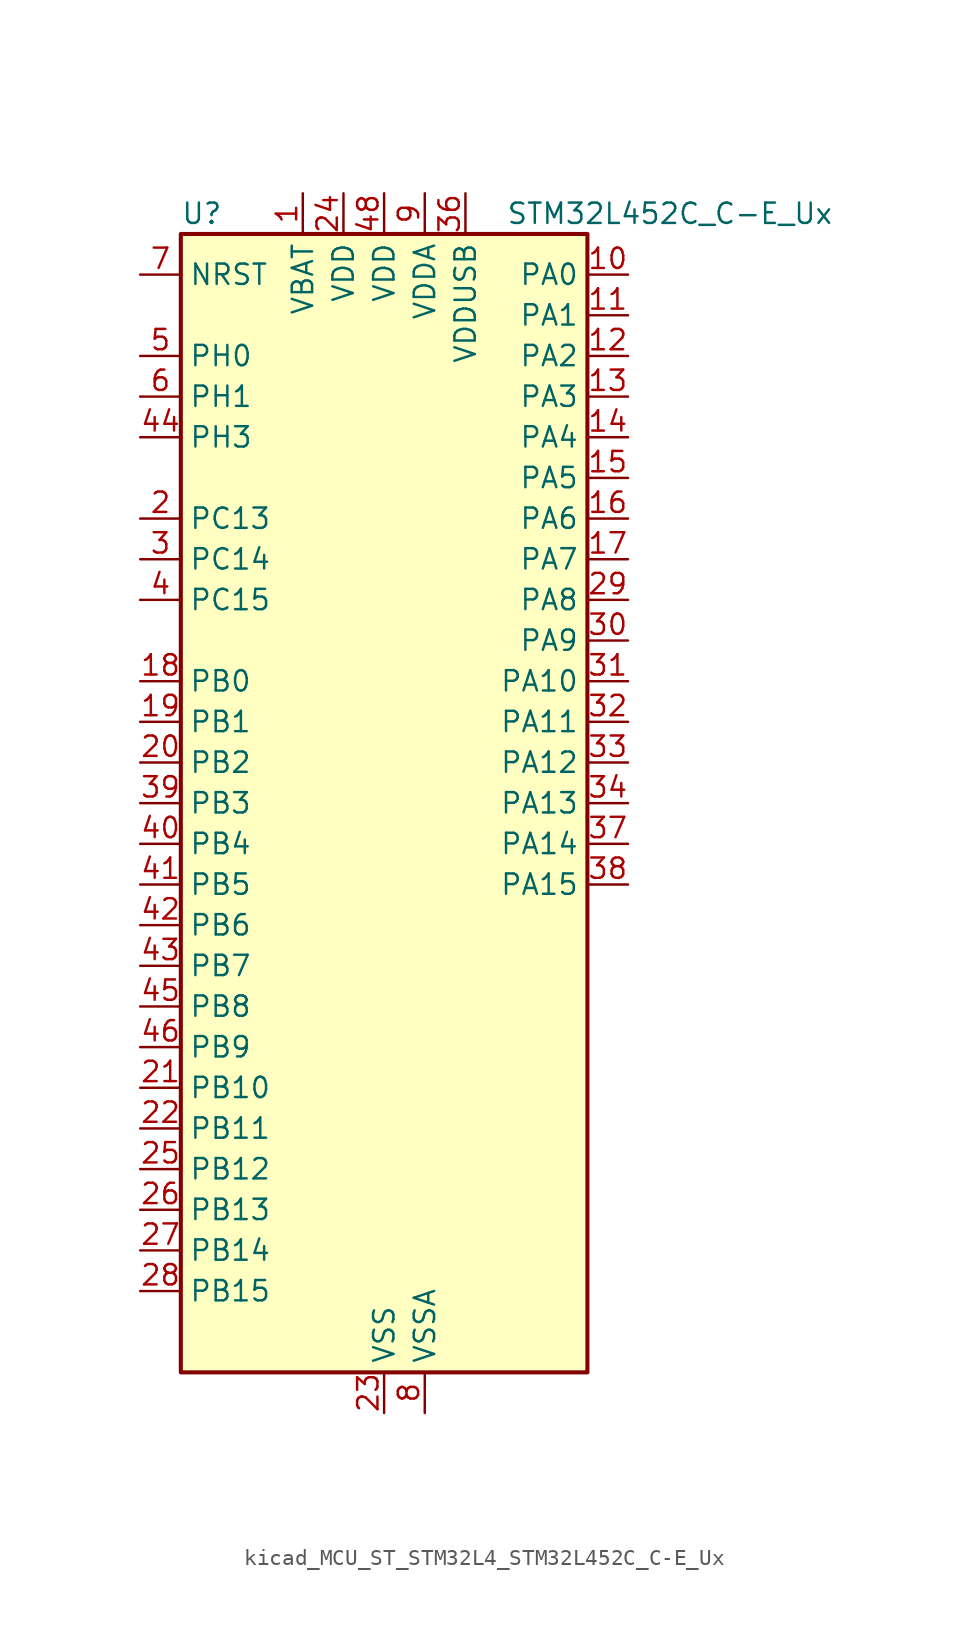
<source format=kicad_sym>
(kicad_symbol_lib
  (version 20220914)
  (generator kicad_symbol_editor)
  (symbol "kicad_MCU_ST_STM32L4_STM32L452C_C-E_Ux"
    (property "Reference" "U"
      (at -12.7 36.83 0)
      (effects (font (size 1.27 1.27)) (justify left)))
    (property "Value" "STM32L452C_C-E_Ux"
      (at 7.62 36.83 0)
      (effects (font (size 1.27 1.27)) (justify left)))
    (property "ki_locked" ""
      (at 0 0 0)
      (effects (font (size 1.27 1.27))))
    (symbol "kicad_MCU_ST_STM32L4_STM32L452C_C-E_Ux_0_1"
      (rectangle (start -12.7 -35.56) (end 12.7 35.56) (stroke (width 0.254) (type default)) (fill (type background))))
    (symbol "kicad_MCU_ST_STM32L4_STM32L452C_C-E_Ux_1_1"
      (pin power_in line (at -5.08 38.1 270) (length 2.54) (name "VBAT" (effects (font (size 1.27 1.27)))) (number "1" (effects (font (size 1.27 1.27)))))
      (pin bidirectional line (at 15.24 33.02 180) (length 2.54) (name "PA0" (effects (font (size 1.27 1.27)))) (number "10" (effects (font (size 1.27 1.27)))) (alternate "ADC1_IN5" bidirectional line) (alternate "COMP1_INM" bidirectional line) (alternate "COMP1_OUT" bidirectional line) (alternate "OPAMP1_VINP" bidirectional line) (alternate "RTC_TAMP2" bidirectional line) (alternate "SAI1_EXTCLK" bidirectional line) (alternate "SYS_WKUP1" bidirectional line) (alternate "TIM2_CH1" bidirectional line) (alternate "TIM2_ETR" bidirectional line) (alternate "UART4_TX" bidirectional line) (alternate "USART2_CTS" bidirectional line))
      (pin bidirectional line (at 15.24 30.48 180) (length 2.54) (name "PA1" (effects (font (size 1.27 1.27)))) (number "11" (effects (font (size 1.27 1.27)))) (alternate "ADC1_IN6" bidirectional line) (alternate "COMP1_INP" bidirectional line) (alternate "I2C1_SMBA" bidirectional line) (alternate "OPAMP1_VINM" bidirectional line) (alternate "SPI1_SCK" bidirectional line) (alternate "TIM15_CH1N" bidirectional line) (alternate "TIM2_CH2" bidirectional line) (alternate "UART4_RX" bidirectional line) (alternate "USART2_DE" bidirectional line) (alternate "USART2_RTS" bidirectional line))
      (pin bidirectional line (at 15.24 27.94 180) (length 2.54) (name "PA2" (effects (font (size 1.27 1.27)))) (number "12" (effects (font (size 1.27 1.27)))) (alternate "ADC1_IN7" bidirectional line) (alternate "COMP2_INM" bidirectional line) (alternate "COMP2_OUT" bidirectional line) (alternate "LPUART1_TX" bidirectional line) (alternate "QUADSPI_BK1_NCS" bidirectional line) (alternate "RCC_LSCO" bidirectional line) (alternate "SYS_WKUP4" bidirectional line) (alternate "TIM15_CH1" bidirectional line) (alternate "TIM2_CH3" bidirectional line) (alternate "USART2_TX" bidirectional line))
      (pin bidirectional line (at 15.24 25.4 180) (length 2.54) (name "PA3" (effects (font (size 1.27 1.27)))) (number "13" (effects (font (size 1.27 1.27)))) (alternate "ADC1_IN8" bidirectional line) (alternate "COMP2_INP" bidirectional line) (alternate "LPUART1_RX" bidirectional line) (alternate "OPAMP1_VOUT" bidirectional line) (alternate "QUADSPI_CLK" bidirectional line) (alternate "SAI1_MCLK_A" bidirectional line) (alternate "TIM15_CH2" bidirectional line) (alternate "TIM2_CH4" bidirectional line) (alternate "USART2_RX" bidirectional line))
      (pin bidirectional line (at 15.24 22.86 180) (length 2.54) (name "PA4" (effects (font (size 1.27 1.27)))) (number "14" (effects (font (size 1.27 1.27)))) (alternate "ADC1_IN9" bidirectional line) (alternate "COMP1_INM" bidirectional line) (alternate "COMP2_INM" bidirectional line) (alternate "DAC1_OUT1" bidirectional line) (alternate "LPTIM2_OUT" bidirectional line) (alternate "SAI1_FS_B" bidirectional line) (alternate "SPI1_NSS" bidirectional line) (alternate "SPI3_NSS" bidirectional line) (alternate "USART2_CK" bidirectional line))
      (pin bidirectional line (at 15.24 20.32 180) (length 2.54) (name "PA5" (effects (font (size 1.27 1.27)))) (number "15" (effects (font (size 1.27 1.27)))) (alternate "ADC1_IN10" bidirectional line) (alternate "COMP1_INM" bidirectional line) (alternate "COMP2_INM" bidirectional line) (alternate "DFSDM1_CKOUT" bidirectional line) (alternate "LPTIM2_ETR" bidirectional line) (alternate "SPI1_SCK" bidirectional line) (alternate "TIM2_CH1" bidirectional line) (alternate "TIM2_ETR" bidirectional line))
      (pin bidirectional line (at 15.24 17.78 180) (length 2.54) (name "PA6" (effects (font (size 1.27 1.27)))) (number "16" (effects (font (size 1.27 1.27)))) (alternate "ADC1_IN11" bidirectional line) (alternate "COMP1_OUT" bidirectional line) (alternate "LPUART1_CTS" bidirectional line) (alternate "QUADSPI_BK1_IO3" bidirectional line) (alternate "SPI1_MISO" bidirectional line) (alternate "TIM16_CH1" bidirectional line) (alternate "TIM1_BKIN" bidirectional line) (alternate "TIM1_BKIN_COMP2" bidirectional line) (alternate "TIM3_CH1" bidirectional line) (alternate "USART3_CTS" bidirectional line))
      (pin bidirectional line (at 15.24 15.24 180) (length 2.54) (name "PA7" (effects (font (size 1.27 1.27)))) (number "17" (effects (font (size 1.27 1.27)))) (alternate "ADC1_IN12" bidirectional line) (alternate "COMP2_OUT" bidirectional line) (alternate "DFSDM1_DATIN0" bidirectional line) (alternate "I2C3_SCL" bidirectional line) (alternate "QUADSPI_BK1_IO2" bidirectional line) (alternate "SPI1_MOSI" bidirectional line) (alternate "TIM1_CH1N" bidirectional line) (alternate "TIM3_CH2" bidirectional line))
      (pin bidirectional line (at -15.24 7.62 0) (length 2.54) (name "PB0" (effects (font (size 1.27 1.27)))) (number "18" (effects (font (size 1.27 1.27)))) (alternate "ADC1_IN15" bidirectional line) (alternate "COMP1_OUT" bidirectional line) (alternate "DFSDM1_CKIN0" bidirectional line) (alternate "QUADSPI_BK1_IO1" bidirectional line) (alternate "SAI1_EXTCLK" bidirectional line) (alternate "SPI1_NSS" bidirectional line) (alternate "TIM1_CH2N" bidirectional line) (alternate "TIM3_CH3" bidirectional line) (alternate "USART3_CK" bidirectional line))
      (pin bidirectional line (at -15.24 5.08 0) (length 2.54) (name "PB1" (effects (font (size 1.27 1.27)))) (number "19" (effects (font (size 1.27 1.27)))) (alternate "ADC1_IN16" bidirectional line) (alternate "COMP1_INM" bidirectional line) (alternate "DFSDM1_DATIN0" bidirectional line) (alternate "LPTIM2_IN1" bidirectional line) (alternate "LPUART1_DE" bidirectional line) (alternate "LPUART1_RTS" bidirectional line) (alternate "QUADSPI_BK1_IO0" bidirectional line) (alternate "TIM1_CH3N" bidirectional line) (alternate "TIM3_CH4" bidirectional line) (alternate "USART3_DE" bidirectional line) (alternate "USART3_RTS" bidirectional line))
      (pin bidirectional line (at -15.24 17.78 0) (length 2.54) (name "PC13" (effects (font (size 1.27 1.27)))) (number "2" (effects (font (size 1.27 1.27)))) (alternate "RTC_OUT_ALARM" bidirectional line) (alternate "RTC_OUT_CALIB" bidirectional line) (alternate "RTC_TAMP1" bidirectional line) (alternate "RTC_TS" bidirectional line) (alternate "SYS_WKUP2" bidirectional line))
      (pin bidirectional line (at -15.24 2.54 0) (length 2.54) (name "PB2" (effects (font (size 1.27 1.27)))) (number "20" (effects (font (size 1.27 1.27)))) (alternate "COMP1_INP" bidirectional line) (alternate "DFSDM1_CKIN0" bidirectional line) (alternate "I2C3_SMBA" bidirectional line) (alternate "LPTIM1_OUT" bidirectional line) (alternate "RTC_OUT_ALARM" bidirectional line) (alternate "RTC_OUT_CALIB" bidirectional line))
      (pin bidirectional line (at -15.24 -17.78 0) (length 2.54) (name "PB10" (effects (font (size 1.27 1.27)))) (number "21" (effects (font (size 1.27 1.27)))) (alternate "COMP1_OUT" bidirectional line) (alternate "I2C2_SCL" bidirectional line) (alternate "I2C4_SCL" bidirectional line) (alternate "LPUART1_RX" bidirectional line) (alternate "QUADSPI_CLK" bidirectional line) (alternate "SAI1_SCK_A" bidirectional line) (alternate "SPI2_SCK" bidirectional line) (alternate "TIM2_CH3" bidirectional line) (alternate "TSC_SYNC" bidirectional line) (alternate "USART3_TX" bidirectional line))
      (pin bidirectional line (at -15.24 -20.32 0) (length 2.54) (name "PB11" (effects (font (size 1.27 1.27)))) (number "22" (effects (font (size 1.27 1.27)))) (alternate "ADC1_EXTI11" bidirectional line) (alternate "COMP2_OUT" bidirectional line) (alternate "I2C2_SDA" bidirectional line) (alternate "I2C4_SDA" bidirectional line) (alternate "LPUART1_TX" bidirectional line) (alternate "QUADSPI_BK1_NCS" bidirectional line) (alternate "TIM2_CH4" bidirectional line) (alternate "USART3_RX" bidirectional line))
      (pin power_in line (at 0 -38.1 90) (length 2.54) (name "VSS" (effects (font (size 1.27 1.27)))) (number "23" (effects (font (size 1.27 1.27)))))
      (pin power_in line (at -2.54 38.1 270) (length 2.54) (name "VDD" (effects (font (size 1.27 1.27)))) (number "24" (effects (font (size 1.27 1.27)))))
      (pin bidirectional line (at -15.24 -22.86 0) (length 2.54) (name "PB12" (effects (font (size 1.27 1.27)))) (number "25" (effects (font (size 1.27 1.27)))) (alternate "CAN1_RX" bidirectional line) (alternate "DFSDM1_DATIN1" bidirectional line) (alternate "I2C2_SMBA" bidirectional line) (alternate "LPUART1_DE" bidirectional line) (alternate "LPUART1_RTS" bidirectional line) (alternate "SAI1_FS_A" bidirectional line) (alternate "SPI2_NSS" bidirectional line) (alternate "TIM15_BKIN" bidirectional line) (alternate "TIM1_BKIN" bidirectional line) (alternate "TIM1_BKIN_COMP2" bidirectional line) (alternate "TSC_G1_IO1" bidirectional line) (alternate "USART3_CK" bidirectional line))
      (pin bidirectional line (at -15.24 -25.4 0) (length 2.54) (name "PB13" (effects (font (size 1.27 1.27)))) (number "26" (effects (font (size 1.27 1.27)))) (alternate "CAN1_TX" bidirectional line) (alternate "DFSDM1_CKIN1" bidirectional line) (alternate "I2C2_SCL" bidirectional line) (alternate "LPUART1_CTS" bidirectional line) (alternate "SAI1_SCK_A" bidirectional line) (alternate "SPI2_SCK" bidirectional line) (alternate "TIM15_CH1N" bidirectional line) (alternate "TIM1_CH1N" bidirectional line) (alternate "TSC_G1_IO2" bidirectional line) (alternate "USART3_CTS" bidirectional line))
      (pin bidirectional line (at -15.24 -27.94 0) (length 2.54) (name "PB14" (effects (font (size 1.27 1.27)))) (number "27" (effects (font (size 1.27 1.27)))) (alternate "DFSDM1_DATIN2" bidirectional line) (alternate "I2C2_SDA" bidirectional line) (alternate "SAI1_MCLK_A" bidirectional line) (alternate "SPI2_MISO" bidirectional line) (alternate "TIM15_CH1" bidirectional line) (alternate "TIM1_CH2N" bidirectional line) (alternate "TSC_G1_IO3" bidirectional line) (alternate "USART3_DE" bidirectional line) (alternate "USART3_RTS" bidirectional line))
      (pin bidirectional line (at -15.24 -30.48 0) (length 2.54) (name "PB15" (effects (font (size 1.27 1.27)))) (number "28" (effects (font (size 1.27 1.27)))) (alternate "ADC1_EXTI15" bidirectional line) (alternate "DFSDM1_CKIN2" bidirectional line) (alternate "RTC_REFIN" bidirectional line) (alternate "SAI1_SD_A" bidirectional line) (alternate "SPI2_MOSI" bidirectional line) (alternate "TIM15_CH2" bidirectional line) (alternate "TIM1_CH3N" bidirectional line) (alternate "TSC_G1_IO4" bidirectional line))
      (pin bidirectional line (at 15.24 12.7 180) (length 2.54) (name "PA8" (effects (font (size 1.27 1.27)))) (number "29" (effects (font (size 1.27 1.27)))) (alternate "DFSDM1_CKIN1" bidirectional line) (alternate "LPTIM2_OUT" bidirectional line) (alternate "RCC_MCO" bidirectional line) (alternate "SAI1_SCK_A" bidirectional line) (alternate "TIM1_CH1" bidirectional line) (alternate "USART1_CK" bidirectional line))
      (pin bidirectional line (at -15.24 15.24 0) (length 2.54) (name "PC14" (effects (font (size 1.27 1.27)))) (number "3" (effects (font (size 1.27 1.27)))) (alternate "RCC_OSC32_IN" bidirectional line))
      (pin bidirectional line (at 15.24 10.16 180) (length 2.54) (name "PA9" (effects (font (size 1.27 1.27)))) (number "30" (effects (font (size 1.27 1.27)))) (alternate "DAC1_EXTI9" bidirectional line) (alternate "DFSDM1_DATIN1" bidirectional line) (alternate "I2C1_SCL" bidirectional line) (alternate "SAI1_FS_A" bidirectional line) (alternate "TIM15_BKIN" bidirectional line) (alternate "TIM1_CH2" bidirectional line) (alternate "USART1_TX" bidirectional line))
      (pin bidirectional line (at 15.24 7.62 180) (length 2.54) (name "PA10" (effects (font (size 1.27 1.27)))) (number "31" (effects (font (size 1.27 1.27)))) (alternate "CRS_SYNC" bidirectional line) (alternate "I2C1_SDA" bidirectional line) (alternate "SAI1_SD_A" bidirectional line) (alternate "TIM1_CH3" bidirectional line) (alternate "USART1_RX" bidirectional line))
      (pin bidirectional line (at 15.24 5.08 180) (length 2.54) (name "PA11" (effects (font (size 1.27 1.27)))) (number "32" (effects (font (size 1.27 1.27)))) (alternate "ADC1_EXTI11" bidirectional line) (alternate "CAN1_RX" bidirectional line) (alternate "COMP1_OUT" bidirectional line) (alternate "SPI1_MISO" bidirectional line) (alternate "TIM1_BKIN2" bidirectional line) (alternate "TIM1_BKIN2_COMP1" bidirectional line) (alternate "TIM1_CH4" bidirectional line) (alternate "USART1_CTS" bidirectional line) (alternate "USB_DM" bidirectional line))
      (pin bidirectional line (at 15.24 2.54 180) (length 2.54) (name "PA12" (effects (font (size 1.27 1.27)))) (number "33" (effects (font (size 1.27 1.27)))) (alternate "CAN1_TX" bidirectional line) (alternate "SPI1_MOSI" bidirectional line) (alternate "TIM1_ETR" bidirectional line) (alternate "USART1_DE" bidirectional line) (alternate "USART1_RTS" bidirectional line) (alternate "USB_DP" bidirectional line))
      (pin bidirectional line (at 15.24 0 180) (length 2.54) (name "PA13" (effects (font (size 1.27 1.27)))) (number "34" (effects (font (size 1.27 1.27)))) (alternate "IR_OUT" bidirectional line) (alternate "SAI1_SD_B" bidirectional line) (alternate "SYS_JTMS-SWDIO" bidirectional line) (alternate "USB_NOE" bidirectional line))
      (pin passive line (at 0 -38.1 90) (length 2.54) hide (name "VSS" (effects (font (size 1.27 1.27)))) (number "35" (effects (font (size 1.27 1.27)))))
      (pin power_in line (at 5.08 38.1 270) (length 2.54) (name "VDDUSB" (effects (font (size 1.27 1.27)))) (number "36" (effects (font (size 1.27 1.27)))))
      (pin bidirectional line (at 15.24 -2.54 180) (length 2.54) (name "PA14" (effects (font (size 1.27 1.27)))) (number "37" (effects (font (size 1.27 1.27)))) (alternate "I2C1_SMBA" bidirectional line) (alternate "I2C4_SMBA" bidirectional line) (alternate "LPTIM1_OUT" bidirectional line) (alternate "SAI1_FS_B" bidirectional line) (alternate "SYS_JTCK-SWCLK" bidirectional line))
      (pin bidirectional line (at 15.24 -5.08 180) (length 2.54) (name "PA15" (effects (font (size 1.27 1.27)))) (number "38" (effects (font (size 1.27 1.27)))) (alternate "ADC1_EXTI15" bidirectional line) (alternate "SPI1_NSS" bidirectional line) (alternate "SPI3_NSS" bidirectional line) (alternate "SYS_JTDI" bidirectional line) (alternate "TIM2_CH1" bidirectional line) (alternate "TIM2_ETR" bidirectional line) (alternate "UART4_DE" bidirectional line) (alternate "UART4_RTS" bidirectional line) (alternate "USART2_RX" bidirectional line) (alternate "USART3_DE" bidirectional line) (alternate "USART3_RTS" bidirectional line))
      (pin bidirectional line (at -15.24 0 0) (length 2.54) (name "PB3" (effects (font (size 1.27 1.27)))) (number "39" (effects (font (size 1.27 1.27)))) (alternate "COMP2_INM" bidirectional line) (alternate "SAI1_SCK_B" bidirectional line) (alternate "SPI1_SCK" bidirectional line) (alternate "SPI3_SCK" bidirectional line) (alternate "SYS_JTDO-SWO" bidirectional line) (alternate "TIM2_CH2" bidirectional line) (alternate "USART1_DE" bidirectional line) (alternate "USART1_RTS" bidirectional line))
      (pin bidirectional line (at -15.24 12.7 0) (length 2.54) (name "PC15" (effects (font (size 1.27 1.27)))) (number "4" (effects (font (size 1.27 1.27)))) (alternate "ADC1_EXTI15" bidirectional line) (alternate "RCC_OSC32_OUT" bidirectional line))
      (pin bidirectional line (at -15.24 -2.54 0) (length 2.54) (name "PB4" (effects (font (size 1.27 1.27)))) (number "40" (effects (font (size 1.27 1.27)))) (alternate "COMP2_INP" bidirectional line) (alternate "I2C3_SDA" bidirectional line) (alternate "SAI1_MCLK_B" bidirectional line) (alternate "SPI1_MISO" bidirectional line) (alternate "SPI3_MISO" bidirectional line) (alternate "SYS_JTRST" bidirectional line) (alternate "TIM3_CH1" bidirectional line) (alternate "TSC_G2_IO1" bidirectional line) (alternate "USART1_CTS" bidirectional line))
      (pin bidirectional line (at -15.24 -5.08 0) (length 2.54) (name "PB5" (effects (font (size 1.27 1.27)))) (number "41" (effects (font (size 1.27 1.27)))) (alternate "CAN1_RX" bidirectional line) (alternate "COMP2_OUT" bidirectional line) (alternate "I2C1_SMBA" bidirectional line) (alternate "LPTIM1_IN1" bidirectional line) (alternate "SAI1_SD_B" bidirectional line) (alternate "SPI1_MOSI" bidirectional line) (alternate "SPI3_MOSI" bidirectional line) (alternate "TIM16_BKIN" bidirectional line) (alternate "TIM3_CH2" bidirectional line) (alternate "TSC_G2_IO2" bidirectional line) (alternate "USART1_CK" bidirectional line))
      (pin bidirectional line (at -15.24 -7.62 0) (length 2.54) (name "PB6" (effects (font (size 1.27 1.27)))) (number "42" (effects (font (size 1.27 1.27)))) (alternate "CAN1_TX" bidirectional line) (alternate "COMP2_INP" bidirectional line) (alternate "I2C1_SCL" bidirectional line) (alternate "I2C4_SCL" bidirectional line) (alternate "LPTIM1_ETR" bidirectional line) (alternate "SAI1_FS_B" bidirectional line) (alternate "TIM16_CH1N" bidirectional line) (alternate "TSC_G2_IO3" bidirectional line) (alternate "USART1_TX" bidirectional line))
      (pin bidirectional line (at -15.24 -10.16 0) (length 2.54) (name "PB7" (effects (font (size 1.27 1.27)))) (number "43" (effects (font (size 1.27 1.27)))) (alternate "COMP2_INM" bidirectional line) (alternate "I2C1_SDA" bidirectional line) (alternate "I2C4_SDA" bidirectional line) (alternate "LPTIM1_IN2" bidirectional line) (alternate "SYS_PVD_IN" bidirectional line) (alternate "TSC_G2_IO4" bidirectional line) (alternate "UART4_CTS" bidirectional line) (alternate "USART1_RX" bidirectional line))
      (pin bidirectional line (at -15.24 22.86 0) (length 2.54) (name "PH3" (effects (font (size 1.27 1.27)))) (number "44" (effects (font (size 1.27 1.27)))))
      (pin bidirectional line (at -15.24 -12.7 0) (length 2.54) (name "PB8" (effects (font (size 1.27 1.27)))) (number "45" (effects (font (size 1.27 1.27)))) (alternate "CAN1_RX" bidirectional line) (alternate "I2C1_SCL" bidirectional line) (alternate "SAI1_MCLK_A" bidirectional line) (alternate "TIM16_CH1" bidirectional line))
      (pin bidirectional line (at -15.24 -15.24 0) (length 2.54) (name "PB9" (effects (font (size 1.27 1.27)))) (number "46" (effects (font (size 1.27 1.27)))) (alternate "CAN1_TX" bidirectional line) (alternate "DAC1_EXTI9" bidirectional line) (alternate "I2C1_SDA" bidirectional line) (alternate "IR_OUT" bidirectional line) (alternate "SAI1_FS_A" bidirectional line) (alternate "SPI2_NSS" bidirectional line))
      (pin passive line (at 0 -38.1 90) (length 2.54) hide (name "VSS" (effects (font (size 1.27 1.27)))) (number "47" (effects (font (size 1.27 1.27)))))
      (pin power_in line (at 0 38.1 270) (length 2.54) (name "VDD" (effects (font (size 1.27 1.27)))) (number "48" (effects (font (size 1.27 1.27)))))
      (pin passive line (at 0 -38.1 90) (length 2.54) hide (name "VSS" (effects (font (size 1.27 1.27)))) (number "49" (effects (font (size 1.27 1.27)))))
      (pin bidirectional line (at -15.24 27.94 0) (length 2.54) (name "PH0" (effects (font (size 1.27 1.27)))) (number "5" (effects (font (size 1.27 1.27)))) (alternate "RCC_OSC_IN" bidirectional line))
      (pin bidirectional line (at -15.24 25.4 0) (length 2.54) (name "PH1" (effects (font (size 1.27 1.27)))) (number "6" (effects (font (size 1.27 1.27)))) (alternate "RCC_OSC_OUT" bidirectional line))
      (pin input line (at -15.24 33.02 0) (length 2.54) (name "NRST" (effects (font (size 1.27 1.27)))) (number "7" (effects (font (size 1.27 1.27)))))
      (pin power_in line (at 2.54 -38.1 90) (length 2.54) (name "VSSA" (effects (font (size 1.27 1.27)))) (number "8" (effects (font (size 1.27 1.27)))))
      (pin power_in line (at 2.54 38.1 270) (length 2.54) (name "VDDA" (effects (font (size 1.27 1.27)))) (number "9" (effects (font (size 1.27 1.27))))))))
</source>
